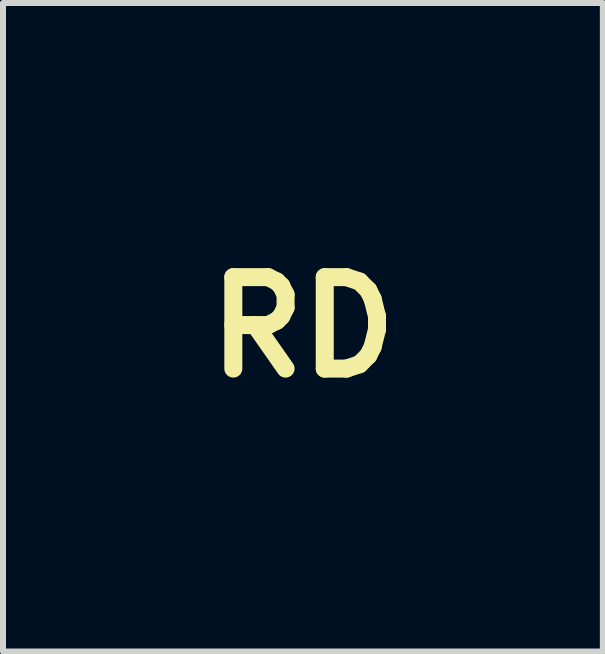
<source format=kicad_pcb>
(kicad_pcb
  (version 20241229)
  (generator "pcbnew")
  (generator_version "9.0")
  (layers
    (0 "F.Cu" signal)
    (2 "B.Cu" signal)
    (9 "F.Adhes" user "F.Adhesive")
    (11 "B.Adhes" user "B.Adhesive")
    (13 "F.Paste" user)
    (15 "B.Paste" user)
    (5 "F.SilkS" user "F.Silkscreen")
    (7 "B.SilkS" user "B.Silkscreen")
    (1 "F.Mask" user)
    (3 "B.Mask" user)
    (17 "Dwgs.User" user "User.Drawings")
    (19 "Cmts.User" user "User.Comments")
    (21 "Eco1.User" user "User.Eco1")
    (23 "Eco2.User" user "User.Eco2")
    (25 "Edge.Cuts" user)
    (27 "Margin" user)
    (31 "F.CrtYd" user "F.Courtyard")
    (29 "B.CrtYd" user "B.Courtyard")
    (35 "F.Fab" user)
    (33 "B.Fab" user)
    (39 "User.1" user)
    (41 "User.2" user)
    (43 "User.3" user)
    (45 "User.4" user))
  (footprint "RD"
    (layer "F.Cu")
    (at 2 2.404)
    (property "Reference" "RD" (at 0 0 0) (layer "F.SilkS") (effects (font (size 1.524 1.524) (thickness 0.3))))
    (attr board_only exclude_from_pos_files exclude_from_bom)
    (fp_poly (pts (xy 0.044 0.583) (xy 0.046 0.586) (xy 0.048 0.59) (xy 0.048 0.593) (xy 0.048 0.597) (xy 0.05 0.603) (xy 0.051 0.61) (xy 0.053 0.617) (xy 0.056 0.623) (xy 0.058 0.629) (xy 0.059 0.63) (xy 0.062 0.636) (xy 0.066 0.642) (xy 0.069 0.645) (xy 0.077 0.652) (xy 0.087 0.659) (xy 0.099 0.666) (xy 0.113 0.673) (xy 0.124 0.678) (xy 0.129 0.68) (xy 0.132 0.682) (xy 0.134 0.683) (xy 0.134 0.684) (xy 0.134 0.687) (xy 0.133 0.688) (xy 0.132 0.689) (xy 0.128 0.689) (xy 0.123 0.69) (xy 0.116 0.691) (xy 0.108 0.692) (xy 0.1 0.693) (xy 0.091 0.694) (xy 0.082 0.695) (xy 0.073 0.696) (xy 0.065 0.697) (xy 0.058 0.698) (xy 0.052 0.699) (xy 0.048 0.699) (xy 0.046 0.699) (xy 0.041 0.699) (xy 0.036 0.698) (xy 0.035 0.697) (xy 0.026 0.694) (xy 0.019 0.688) (xy 0.013 0.682) (xy 0.009 0.675) (xy 0.007 0.667) (xy 0.006 0.661) (xy 0.007 0.658) (xy 0.008 0.654) (xy 0.01 0.648) (xy 0.013 0.641) (xy 0.016 0.633) (xy 0.019 0.625) (xy 0.022 0.616) (xy 0.025 0.608) (xy 0.029 0.6) (xy 0.031 0.594) (xy 0.034 0.588) (xy 0.036 0.584) (xy 0.037 0.582) (xy 0.037 0.582) (xy 0.041 0.581)) (stroke (width 0) (type solid)) (fill yes) (layer "F.Mask"))
    (fp_poly (pts (xy -0.429 -2.028) (xy -0.428 -2.026) (xy -0.429 -2.025) (xy -0.432 -2.022) (xy -0.435 -2.018) (xy -0.44 -2.013) (xy -0.446 -2.007) (xy -0.452 -2.001) (xy -0.476 -1.977) (xy -0.498 -1.954) (xy -0.518 -1.933) (xy -0.537 -1.913) (xy -0.554 -1.895) (xy -0.569 -1.878) (xy -0.577 -1.868) (xy -0.581 -1.863) (xy -0.585 -1.857) (xy -0.591 -1.85) (xy -0.597 -1.842) (xy -0.603 -1.833) (xy -0.609 -1.824) (xy -0.611 -1.822) (xy -0.622 -1.807) (xy -0.631 -1.793) (xy -0.64 -1.781) (xy -0.649 -1.769) (xy -0.658 -1.758) (xy -0.667 -1.746) (xy -0.676 -1.735) (xy -0.679 -1.731) (xy -0.696 -1.71) (xy -0.711 -1.691) (xy -0.725 -1.674) (xy -0.737 -1.657) (xy -0.748 -1.641) (xy -0.753 -1.634) (xy -0.756 -1.629) (xy -0.759 -1.622) (xy -0.764 -1.614) (xy -0.77 -1.603) (xy -0.776 -1.591) (xy -0.783 -1.578) (xy -0.79 -1.564) (xy -0.797 -1.549) (xy -0.805 -1.534) (xy -0.813 -1.518) (xy -0.821 -1.501) (xy -0.829 -1.485) (xy -0.836 -1.469) (xy -0.844 -1.453) (xy -0.851 -1.438) (xy -0.854 -1.431) (xy -0.865 -1.406) (xy -0.877 -1.38) (xy -0.889 -1.352) (xy -0.901 -1.323) (xy -0.913 -1.294) (xy -0.925 -1.265) (xy -0.931 -1.251) (xy -0.934 -1.243) (xy -0.937 -1.235) (xy -0.94 -1.228) (xy -0.942 -1.223) (xy -0.944 -1.219) (xy -0.945 -1.218) (xy -0.948 -1.215) (xy -0.951 -1.215) (xy -0.955 -1.216) (xy -0.957 -1.218) (xy -0.957 -1.219) (xy -0.958 -1.22) (xy -0.958 -1.221) (xy -0.958 -1.223) (xy -0.957 -1.226) (xy -0.956 -1.23) (xy -0.955 -1.236) (xy -0.953 -1.243) (xy -0.951 -1.252) (xy -0.949 -1.263) (xy -0.947 -1.27) (xy -0.941 -1.292) (xy -0.936 -1.311) (xy -0.931 -1.329) (xy -0.927 -1.346) (xy -0.922 -1.361) (xy -0.918 -1.377) (xy -0.913 -1.392) (xy -0.907 -1.408) (xy -0.902 -1.425) (xy -0.895 -1.443) (xy -0.895 -1.444) (xy -0.887 -1.465) (xy -0.879 -1.487) (xy -0.871 -1.508) (xy -0.863 -1.53) (xy -0.855 -1.551) (xy -0.847 -1.572) (xy -0.839 -1.592) (xy -0.832 -1.611) (xy -0.824 -1.629) (xy -0.817 -1.646) (xy -0.81 -1.662) (xy -0.804 -1.676) (xy -0.798 -1.689) (xy -0.793 -1.7) (xy -0.789 -1.709) (xy -0.785 -1.716) (xy -0.784 -1.718) (xy -0.78 -1.724) (xy -0.774 -1.732) (xy -0.768 -1.739) (xy -0.76 -1.748) (xy -0.751 -1.758) (xy -0.741 -1.769) (xy -0.731 -1.779) (xy -0.71 -1.799) (xy -0.688 -1.82) (xy -0.664 -1.842) (xy -0.639 -1.865) (xy -0.612 -1.888) (xy -0.585 -1.911) (xy -0.558 -1.933) (xy -0.53 -1.955) (xy -0.503 -1.977) (xy -0.476 -1.997) (xy -0.472 -2.001) (xy -0.464 -2.006) (xy -0.457 -2.012) (xy -0.45 -2.017) (xy -0.445 -2.021) (xy -0.441 -2.024) (xy -0.438 -2.026) (xy -0.437 -2.026) (xy -0.433 -2.028) (xy -0.43 -2.029)) (stroke (width 0) (type solid)) (fill yes) (layer "F.Mask"))
    (fp_poly (pts (xy -1.232 -0.941) (xy -1.23 -0.94) (xy -1.228 -0.938) (xy -1.224 -0.934) (xy -1.22 -0.927) (xy -1.214 -0.918) (xy -1.208 -0.907) (xy -1.2 -0.894) (xy -1.191 -0.878) (xy -1.182 -0.861) (xy -1.171 -0.841) (xy -1.159 -0.819) (xy -1.146 -0.795) (xy -1.137 -0.777) (xy -1.131 -0.765) (xy -1.125 -0.753) (xy -1.119 -0.742) (xy -1.114 -0.732) (xy -1.109 -0.723) (xy -1.105 -0.716) (xy -1.102 -0.71) (xy -1.099 -0.705) (xy -1.098 -0.703) (xy -1.098 -0.703) (xy -1.097 -0.702) (xy -1.094 -0.699) (xy -1.09 -0.694) (xy -1.083 -0.688) (xy -1.076 -0.681) (xy -1.067 -0.672) (xy -1.057 -0.662) (xy -1.045 -0.65) (xy -1.032 -0.638) (xy -1.018 -0.624) (xy -1.003 -0.609) (xy -0.987 -0.594) (xy -0.97 -0.577) (xy -0.952 -0.559) (xy -0.933 -0.541) (xy -0.913 -0.522) (xy -0.893 -0.502) (xy -0.872 -0.482) (xy -0.851 -0.461) (xy -0.829 -0.44) (xy -0.806 -0.418) (xy -0.784 -0.396) (xy -0.761 -0.374) (xy -0.738 -0.352) (xy -0.714 -0.329) (xy -0.691 -0.307) (xy -0.668 -0.284) (xy -0.644 -0.261) (xy -0.621 -0.239) (xy -0.598 -0.217) (xy -0.575 -0.195) (xy -0.553 -0.173) (xy -0.531 -0.152) (xy -0.509 -0.131) (xy -0.488 -0.111) (xy -0.468 -0.091) (xy -0.448 -0.072) (xy -0.429 -0.054) (xy -0.411 -0.036) (xy -0.394 -0.02) (xy -0.378 -0.004) (xy -0.362 0.011) (xy -0.348 0.024) (xy -0.335 0.037) (xy -0.323 0.048) (xy -0.312 0.058) (xy -0.303 0.067) (xy -0.295 0.075) (xy -0.289 0.081) (xy -0.284 0.085) (xy -0.281 0.088) (xy -0.28 0.089) (xy -0.272 0.094) (xy -0.263 0.1) (xy -0.253 0.105) (xy -0.243 0.11) (xy -0.234 0.113) (xy -0.23 0.115) (xy -0.22 0.118) (xy -0.21 0.119) (xy -0.2 0.119) (xy -0.192 0.118) (xy -0.192 0.118) (xy -0.182 0.114) (xy -0.172 0.107) (xy -0.161 0.099) (xy -0.149 0.088) (xy -0.137 0.074) (xy -0.124 0.058) (xy -0.118 0.05) (xy -0.112 0.044) (xy -0.108 0.039) (xy -0.105 0.035) (xy -0.102 0.034) (xy -0.1 0.033) (xy -0.098 0.034) (xy -0.095 0.035) (xy -0.094 0.036) (xy -0.093 0.038) (xy -0.092 0.041) (xy -0.092 0.045) (xy -0.093 0.053) (xy -0.094 0.064) (xy -0.096 0.075) (xy -0.099 0.087) (xy -0.102 0.099) (xy -0.105 0.111) (xy -0.109 0.121) (xy -0.11 0.123) (xy -0.118 0.141) (xy -0.129 0.157) (xy -0.141 0.172) (xy -0.155 0.186) (xy -0.17 0.197) (xy -0.185 0.206) (xy -0.195 0.211) (xy -0.205 0.213) (xy -0.213 0.214) (xy -0.22 0.213) (xy -0.232 0.21) (xy -0.244 0.205) (xy -0.256 0.198) (xy -0.256 0.198) (xy -0.259 0.196) (xy -0.263 0.192) (xy -0.268 0.187) (xy -0.275 0.181) (xy -0.284 0.173) (xy -0.294 0.163) (xy -0.306 0.151) (xy -0.32 0.138) (xy -0.335 0.123) (xy -0.352 0.107) (xy -0.371 0.088) (xy -0.376 0.083) (xy -0.39 0.07) (xy -0.403 0.057) (xy -0.416 0.044) (xy -0.428 0.032) (xy -0.439 0.021) (xy -0.449 0.011) (xy -0.459 0.002) (xy -0.467 -0.006) (xy -0.474 -0.013) (xy -0.479 -0.018) (xy -0.484 -0.022) (xy -0.486 -0.025) (xy -0.487 -0.026) (xy -0.487 -0.026) (xy -0.488 -0.025) (xy -0.488 -0.022) (xy -0.489 -0.017) (xy -0.489 -0.015) (xy -0.492 0.002) (xy -0.496 0.02) (xy -0.502 0.039) (xy -0.508 0.058) (xy -0.516 0.077) (xy -0.524 0.096) (xy -0.533 0.115) (xy -0.54 0.128) (xy -0.546 0.138) (xy -0.553 0.149) (xy -0.561 0.162) (xy -0.57 0.175) (xy -0.58 0.189) (xy -0.591 0.204) (xy -0.601 0.219) (xy -0.612 0.233) (xy -0.622 0.246) (xy -0.631 0.258) (xy -0.639 0.268) (xy -0.647 0.269) (xy -0.654 0.269) (xy -0.662 0.269) (xy -0.671 0.269) (xy -0.682 0.269) (xy -0.692 0.269) (xy -0.701 0.268) (xy -0.709 0.268) (xy -0.717 0.267) (xy -0.725 0.266) (xy -0.73 0.265) (xy -0.745 0.262) (xy -0.762 0.258) (xy -0.78 0.253) (xy -0.799 0.247) (xy -0.819 0.24) (xy -0.839 0.232) (xy -0.859 0.223) (xy -0.879 0.214) (xy -0.884 0.212) (xy -0.905 0.201) (xy -0.924 0.191) (xy -0.941 0.181) (xy -0.957 0.17) (xy -0.972 0.159) (xy -0.987 0.147) (xy -1.001 0.133) (xy -1.012 0.123) (xy -1.032 0.102) (xy -1.051 0.08) (xy -1.069 0.057) (xy -1.086 0.032) (xy -1.103 0.005) (xy -1.12 -0.023) (xy -1.136 -0.054) (xy -1.14 -0.061) (xy -1.142 -0.065) (xy -0.652 -0.065) (xy -0.652 -0.056) (xy -0.649 -0.046) (xy -0.646 -0.036) (xy -0.641 -0.027) (xy -0.636 -0.019) (xy -0.632 -0.013) (xy -0.622 -0.004) (xy -0.612 0.002) (xy -0.601 0.006) (xy -0.59 0.007) (xy -0.587 0.007) (xy -0.581 0.006) (xy -0.577 0.006) (xy -0.572 0.004) (xy -0.567 0.001) (xy -0.567 0.001) (xy -0.557 -0.005) (xy -0.548 -0.012) (xy -0.541 -0.021) (xy -0.54 -0.023) (xy -0.537 -0.029) (xy -0.534 -0.036) (xy -0.532 -0.044) (xy -0.529 -0.053) (xy -0.529 -0.056) (xy -0.527 -0.065) (xy -0.56 -0.098) (xy -0.568 -0.105) (xy -0.576 -0.113) (xy -0.583 -0.119) (xy -0.589 -0.125) (xy -0.594 -0.13) (xy -0.598 -0.134) (xy -0.601 -0.137) (xy -0.601 -0.137) (xy -0.608 -0.143) (xy -0.618 -0.133) (xy -0.628 -0.123) (xy -0.636 -0.113) (xy -0.642 -0.103) (xy -0.644 -0.098) (xy -0.647 -0.09) (xy -0.65 -0.082) (xy -0.652 -0.073) (xy -0.652 -0.065) (xy -0.652 -0.065) (xy -1.142 -0.065) (xy -1.16 -0.103) (xy -1.179 -0.146) (xy -1.195 -0.187) (xy -1.21 -0.228) (xy -1.222 -0.269) (xy -1.231 -0.304) (xy -0.895 -0.304) (xy -0.894 -0.299) (xy -0.894 -0.287) (xy -0.893 -0.276) (xy -0.891 -0.266) (xy -0.888 -0.256) (xy -0.885 -0.246) (xy -0.88 -0.233) (xy -0.874 -0.22) (xy -0.866 -0.207) (xy -0.859 -0.195) (xy -0.85 -0.185) (xy -0.842 -0.176) (xy -0.834 -0.169) (xy -0.831 -0.167) (xy -0.818 -0.16) (xy -0.804 -0.154) (xy -0.79 -0.149) (xy -0.776 -0.146) (xy -0.775 -0.145) (xy -0.767 -0.145) (xy -0.759 -0.144) (xy -0.749 -0.144) (xy -0.741 -0.145) (xy -0.735 -0.146) (xy -0.722 -0.15) (xy -0.71 -0.156) (xy -0.699 -0.164) (xy -0.69 -0.173) (xy -0.683 -0.185) (xy -0.679 -0.193) (xy -0.677 -0.197) (xy -0.676 -0.201) (xy -0.675 -0.203) (xy -0.675 -0.204) (xy -0.675 -0.205) (xy -0.676 -0.206) (xy -0.677 -0.207) (xy -0.679 -0.21) (xy -0.682 -0.212) (xy -0.685 -0.216) (xy -0.689 -0.22) (xy -0.694 -0.225) (xy -0.701 -0.232) (xy -0.708 -0.239) (xy -0.717 -0.248) (xy -0.727 -0.257) (xy -0.738 -0.269) (xy -0.751 -0.281) (xy -0.766 -0.296) (xy -0.772 -0.302) (xy -0.785 -0.314) (xy -0.797 -0.326) (xy -0.809 -0.338) (xy -0.82 -0.349) (xy -0.831 -0.359) (xy -0.84 -0.368) (xy -0.848 -0.376) (xy -0.855 -0.383) (xy -0.861 -0.389) (xy -0.866 -0.393) (xy -0.869 -0.396) (xy -0.87 -0.397) (xy -0.87 -0.397) (xy -0.871 -0.396) (xy -0.873 -0.393) (xy -0.875 -0.389) (xy -0.877 -0.383) (xy -0.88 -0.377) (xy -0.883 -0.371) (xy -0.885 -0.365) (xy -0.886 -0.362) (xy -0.89 -0.348) (xy -0.893 -0.333) (xy -0.894 -0.319) (xy -0.895 -0.304) (xy -1.231 -0.304) (xy -1.232 -0.308) (xy -1.241 -0.347) (xy -1.245 -0.377) (xy -1.248 -0.393) (xy -1.249 -0.408) (xy -1.25 -0.423) (xy -1.251 -0.437) (xy -1.251 -0.451) (xy -1.251 -0.46) (xy -1.251 -0.467) (xy -1.251 -0.471) (xy -1.251 -0.475) (xy -1.252 -0.477) (xy -1.252 -0.478) (xy -1.253 -0.479) (xy -1.253 -0.48) (xy -1.255 -0.481) (xy -1.258 -0.483) (xy -1.263 -0.486) (xy -1.27 -0.491) (xy -1.278 -0.496) (xy -1.288 -0.502) (xy -1.299 -0.509) (xy -1.31 -0.516) (xy -1.323 -0.524) (xy -1.336 -0.533) (xy -1.35 -0.542) (xy -1.35 -0.542) (xy -1.364 -0.55) (xy -1.377 -0.559) (xy -1.39 -0.567) (xy -1.402 -0.574) (xy -1.413 -0.581) (xy -1.422 -0.587) (xy -1.43 -0.592) (xy -1.437 -0.597) (xy -1.442 -0.6) (xy -1.446 -0.602) (xy -1.447 -0.603) (xy -1.447 -0.603) (xy -1.451 -0.608) (xy -1.453 -0.614) (xy -1.453 -0.619) (xy -1.451 -0.623) (xy -1.446 -0.627) (xy -1.44 -0.63) (xy -1.432 -0.632) (xy -1.424 -0.633) (xy -1.416 -0.632) (xy -1.415 -0.632) (xy -1.412 -0.63) (xy -1.407 -0.628) (xy -1.4 -0.625) (xy -1.392 -0.622) (xy -1.382 -0.617) (xy -1.372 -0.612) (xy -1.361 -0.606) (xy -1.349 -0.601) (xy -1.338 -0.595) (xy -1.326 -0.589) (xy -1.314 -0.583) (xy -1.304 -0.577) (xy -1.294 -0.571) (xy -1.284 -0.566) (xy -1.277 -0.562) (xy -1.274 -0.56) (xy -1.264 -0.554) (xy -1.256 -0.55) (xy -1.25 -0.546) (xy -1.245 -0.544) (xy -1.241 -0.542) (xy -1.238 -0.542) (xy -1.235 -0.542) (xy -1.233 -0.542) (xy -1.231 -0.543) (xy -1.228 -0.546) (xy -1.224 -0.55) (xy -1.22 -0.555) (xy -1.216 -0.56) (xy -1.215 -0.563) (xy -1.212 -0.569) (xy -1.211 -0.575) (xy -1.213 -0.581) (xy -1.214 -0.582) (xy -1.216 -0.585) (xy -1.22 -0.59) (xy -1.225 -0.596) (xy -1.232 -0.603) (xy -1.239 -0.611) (xy -1.247 -0.62) (xy -1.255 -0.63) (xy -1.262 -0.638) (xy -1.281 -0.659) (xy -1.299 -0.679) (xy -1.315 -0.696) (xy -1.329 -0.713) (xy -1.343 -0.727) (xy -1.354 -0.741) (xy -1.365 -0.752) (xy -1.374 -0.763) (xy -1.382 -0.772) (xy -1.388 -0.78) (xy -1.394 -0.787) (xy -1.399 -0.792) (xy -1.402 -0.797) (xy -1.405 -0.801) (xy -1.407 -0.804) (xy -1.408 -0.806) (xy -1.41 -0.811) (xy -1.41 -0.818) (xy -1.41 -0.825) (xy -1.409 -0.829) (xy -1.405 -0.836) (xy -1.4 -0.841) (xy -1.395 -0.845) (xy -1.388 -0.846) (xy -1.382 -0.846) (xy -1.377 -0.844) (xy -1.376 -0.843) (xy -1.372 -0.84) (xy -1.368 -0.836) (xy -1.362 -0.831) (xy -1.355 -0.824) (xy -1.347 -0.817) (xy -1.339 -0.809) (xy -1.33 -0.8) (xy -1.327 -0.798) (xy -1.317 -0.788) (xy -1.307 -0.778) (xy -1.298 -0.769) (xy -1.289 -0.76) (xy -1.281 -0.752) (xy -1.272 -0.743) (xy -1.262 -0.733) (xy -1.252 -0.723) (xy -1.241 -0.711) (xy -1.23 -0.699) (xy -1.216 -0.685) (xy -1.207 -0.675) (xy -1.2 -0.668) (xy -1.193 -0.662) (xy -1.188 -0.656) (xy -1.184 -0.652) (xy -1.181 -0.65) (xy -1.18 -0.65) (xy -1.173 -0.647) (xy -1.167 -0.647) (xy -1.161 -0.649) (xy -1.157 -0.653) (xy -1.156 -0.654) (xy -1.155 -0.657) (xy -1.155 -0.659) (xy -1.155 -0.663) (xy -1.155 -0.664) (xy -1.156 -0.666) (xy -1.158 -0.67) (xy -1.16 -0.676) (xy -1.164 -0.684) (xy -1.167 -0.693) (xy -1.172 -0.703) (xy -1.177 -0.715) (xy -1.182 -0.726) (xy -1.188 -0.739) (xy -1.188 -0.739) (xy -1.196 -0.757) (xy -1.202 -0.772) (xy -1.209 -0.786) (xy -1.214 -0.798) (xy -1.219 -0.809) (xy -1.223 -0.818) (xy -1.227 -0.827) (xy -1.23 -0.835) (xy -1.233 -0.843) (xy -1.237 -0.851) (xy -1.24 -0.859) (xy -1.243 -0.867) (xy -1.245 -0.871) (xy -1.255 -0.897) (xy -1.255 -0.911) (xy -1.255 -0.919) (xy -1.255 -0.925) (xy -1.254 -0.93) (xy -1.252 -0.933) (xy -1.25 -0.937) (xy -1.248 -0.938) (xy -1.243 -0.942) (xy -1.238 -0.943)) (stroke (width 0) (type solid)) (fill yes) (layer "F.Mask"))
    (fp_poly (pts (xy -0.161 -2.403) (xy -0.128 -2.401) (xy -0.111 -2.399) (xy -0.1 -2.398) (xy -0.087 -2.397) (xy -0.075 -2.395) (xy -0.064 -2.393) (xy -0.053 -2.391) (xy -0.043 -2.389) (xy -0.034 -2.387) (xy -0.027 -2.386) (xy -0.022 -2.384) (xy -0.019 -2.383) (xy -0.013 -2.378) (xy -0.007 -2.371) (xy -0.002 -2.361) (xy 0.003 -2.35) (xy 0.008 -2.337) (xy 0.012 -2.321) (xy 0.015 -2.303) (xy 0.018 -2.282) (xy 0.02 -2.273) (xy 0.021 -2.256) (xy 0.023 -2.238) (xy 0.025 -2.218) (xy 0.027 -2.197) (xy 0.028 -2.176) (xy 0.03 -2.154) (xy 0.031 -2.132) (xy 0.032 -2.11) (xy 0.032 -2.104) (xy 0.033 -2.089) (xy 0.033 -2.074) (xy 0.033 -2.059) (xy 0.033 -2.044) (xy 0.032 -2.029) (xy 0.031 -2.013) (xy 0.03 -1.996) (xy 0.029 -1.978) (xy 0.027 -1.958) (xy 0.025 -1.936) (xy 0.024 -1.925) (xy 0.023 -1.918) (xy 0.023 -1.912) (xy 0.022 -1.907) (xy 0.022 -1.904) (xy 0.022 -1.903) (xy 0.024 -1.903) (xy 0.027 -1.902) (xy 0.032 -1.901) (xy 0.039 -1.899) (xy 0.048 -1.896) (xy 0.057 -1.894) (xy 0.068 -1.891) (xy 0.076 -1.889) (xy 0.121 -1.877) (xy 0.164 -1.866) (xy 0.205 -1.855) (xy 0.245 -1.844) (xy 0.283 -1.833) (xy 0.319 -1.822) (xy 0.355 -1.81) (xy 0.39 -1.799) (xy 0.424 -1.788) (xy 0.458 -1.776) (xy 0.492 -1.764) (xy 0.526 -1.751) (xy 0.537 -1.747) (xy 0.604 -1.721) (xy 0.669 -1.694) (xy 0.732 -1.666) (xy 0.793 -1.636) (xy 0.853 -1.606) (xy 0.911 -1.574) (xy 0.966 -1.542) (xy 1.02 -1.509) (xy 1.071 -1.475) (xy 1.12 -1.44) (xy 1.167 -1.404) (xy 1.197 -1.379) (xy 1.236 -1.345) (xy 1.276 -1.309) (xy 1.315 -1.271) (xy 1.355 -1.23) (xy 1.394 -1.188) (xy 1.433 -1.144) (xy 1.471 -1.099) (xy 1.508 -1.053) (xy 1.545 -1.005) (xy 1.581 -0.957) (xy 1.615 -0.908) (xy 1.649 -0.858) (xy 1.681 -0.807) (xy 1.699 -0.777) (xy 1.728 -0.727) (xy 1.756 -0.675) (xy 1.783 -0.621) (xy 1.81 -0.566) (xy 1.835 -0.509) (xy 1.858 -0.452) (xy 1.872 -0.418) (xy 1.895 -0.354) (xy 1.917 -0.29) (xy 1.936 -0.227) (xy 1.954 -0.163) (xy 1.969 -0.1) (xy 1.981 -0.042) (xy 1.983 -0.032) (xy 1.985 -0.022) (xy 1.987 -0.011) (xy 1.989 0.001) (xy 1.991 0.012) (xy 1.993 0.023) (xy 1.995 0.033) (xy 1.996 0.042) (xy 1.997 0.05) (xy 1.998 0.056) (xy 1.999 0.061) (xy 1.999 0.064) (xy 1.999 0.064) (xy 1.998 0.063) (xy 1.996 0.061) (xy 1.993 0.056) (xy 1.989 0.05) (xy 1.984 0.042) (xy 1.978 0.033) (xy 1.971 0.023) (xy 1.964 0.011) (xy 1.956 -0.002) (xy 1.948 -0.016) (xy 1.939 -0.03) (xy 1.929 -0.045) (xy 1.92 -0.061) (xy 1.91 -0.077) (xy 1.9 -0.094) (xy 1.89 -0.11) (xy 1.889 -0.113) (xy 1.874 -0.136) (xy 1.861 -0.158) (xy 1.848 -0.179) (xy 1.836 -0.199) (xy 1.824 -0.218) (xy 1.811 -0.236) (xy 1.799 -0.255) (xy 1.786 -0.273) (xy 1.773 -0.292) (xy 1.759 -0.312) (xy 1.744 -0.333) (xy 1.728 -0.355) (xy 1.711 -0.378) (xy 1.706 -0.384) (xy 1.699 -0.395) (xy 1.69 -0.406) (xy 1.682 -0.418) (xy 1.673 -0.43) (xy 1.665 -0.441) (xy 1.658 -0.451) (xy 1.654 -0.457) (xy 1.64 -0.476) (xy 1.628 -0.493) (xy 1.617 -0.509) (xy 1.608 -0.522) (xy 1.599 -0.534) (xy 1.592 -0.543) (xy 1.589 -0.548) (xy 1.585 -0.552) (xy 1.581 -0.557) (xy 1.575 -0.563) (xy 1.569 -0.57) (xy 1.562 -0.577) (xy 1.555 -0.584) (xy 1.548 -0.591) (xy 1.542 -0.598) (xy 1.535 -0.604) (xy 1.53 -0.609) (xy 1.526 -0.612) (xy 1.524 -0.614) (xy 1.52 -0.617) (xy 1.525 -0.607) (xy 1.53 -0.594) (xy 1.535 -0.579) (xy 1.541 -0.563) (xy 1.547 -0.545) (xy 1.553 -0.525) (xy 1.559 -0.504) (xy 1.565 -0.482) (xy 1.572 -0.459) (xy 1.578 -0.435) (xy 1.584 -0.411) (xy 1.591 -0.387) (xy 1.596 -0.363) (xy 1.602 -0.34) (xy 1.604 -0.332) (xy 1.618 -0.265) (xy 1.63 -0.2) (xy 1.64 -0.136) (xy 1.648 -0.072) (xy 1.655 -0.009) (xy 1.66 0.054) (xy 1.662 0.082) (xy 1.663 0.103) (xy 1.663 0.125) (xy 1.663 0.149) (xy 1.663 0.174) (xy 1.663 0.199) (xy 1.662 0.224) (xy 1.661 0.248) (xy 1.66 0.271) (xy 1.659 0.292) (xy 1.658 0.297) (xy 1.653 0.345) (xy 1.646 0.396) (xy 1.637 0.447) (xy 1.626 0.499) (xy 1.613 0.553) (xy 1.599 0.607) (xy 1.582 0.662) (xy 1.564 0.718) (xy 1.543 0.775) (xy 1.521 0.832) (xy 1.497 0.89) (xy 1.474 0.942) (xy 1.471 0.95) (xy 1.467 0.958) (xy 1.463 0.968) (xy 1.458 0.977) (xy 1.453 0.987) (xy 1.449 0.997) (xy 1.444 1.006) (xy 1.44 1.015) (xy 1.436 1.023) (xy 1.433 1.03) (xy 1.43 1.035) (xy 1.428 1.039) (xy 1.427 1.042) (xy 1.427 1.042) (xy 1.427 1.041) (xy 1.427 1.037) (xy 1.428 1.033) (xy 1.428 1.028) (xy 1.43 1.013) (xy 1.432 0.995) (xy 1.433 0.977) (xy 1.435 0.956) (xy 1.436 0.935) (xy 1.438 0.913) (xy 1.439 0.89) (xy 1.439 0.886) (xy 1.439 0.877) (xy 1.439 0.867) (xy 1.44 0.855) (xy 1.44 0.842) (xy 1.44 0.828) (xy 1.44 0.814) (xy 1.44 0.799) (xy 1.44 0.784) (xy 1.439 0.77) (xy 1.439 0.756) (xy 1.439 0.743) (xy 1.439 0.731) (xy 1.439 0.721) (xy 1.438 0.713) (xy 1.438 0.706) (xy 1.438 0.705) (xy 1.437 0.692) (xy 1.435 0.68) (xy 1.434 0.668) (xy 1.432 0.655) (xy 1.431 0.641) (xy 1.429 0.626) (xy 1.426 0.61) (xy 1.424 0.591) (xy 1.422 0.579) (xy 1.42 0.564) (xy 1.418 0.552) (xy 1.417 0.54) (xy 1.415 0.53) (xy 1.414 0.521) (xy 1.413 0.513) (xy 1.412 0.504) (xy 1.411 0.496) (xy 1.41 0.487) (xy 1.409 0.478) (xy 1.407 0.468) (xy 1.406 0.456) (xy 1.404 0.443) (xy 1.403 0.428) (xy 1.401 0.415) (xy 1.399 0.391) (xy 1.396 0.37) (xy 1.394 0.35) (xy 1.392 0.333) (xy 1.39 0.317) (xy 1.388 0.302) (xy 1.386 0.289) (xy 1.384 0.277) (xy 1.383 0.266) (xy 1.381 0.256) (xy 1.379 0.246) (xy 1.378 0.237) (xy 1.376 0.228) (xy 1.375 0.226) (xy 1.373 0.214) (xy 1.37 0.203) (xy 1.368 0.193) (xy 1.365 0.185) (xy 1.363 0.18) (xy 1.363 0.179) (xy 1.362 0.178) (xy 1.362 0.177) (xy 1.362 0.178) (xy 1.361 0.181) (xy 1.361 0.186) (xy 1.361 0.19) (xy 1.361 0.212) (xy 1.358 0.235) (xy 1.355 0.26) (xy 1.35 0.286) (xy 1.344 0.313) (xy 1.338 0.34) (xy 1.33 0.368) (xy 1.321 0.396) (xy 1.312 0.424) (xy 1.301 0.452) (xy 1.29 0.479) (xy 1.281 0.5) (xy 1.276 0.51) (xy 1.271 0.519) (xy 1.267 0.528) (xy 1.262 0.538) (xy 1.257 0.547) (xy 1.251 0.557) (xy 1.245 0.567) (xy 1.238 0.579) (xy 1.23 0.591) (xy 1.221 0.605) (xy 1.211 0.62) (xy 1.2 0.637) (xy 1.199 0.639) (xy 1.188 0.655) (xy 1.178 0.67) (xy 1.17 0.684) (xy 1.162 0.696) (xy 1.155 0.707) (xy 1.149 0.717) (xy 1.144 0.726) (xy 1.139 0.735) (xy 1.134 0.744) (xy 1.133 0.747) (xy 1.123 0.768) (xy 1.114 0.788) (xy 1.107 0.807) (xy 1.102 0.825) (xy 1.097 0.844) (xy 1.093 0.864) (xy 1.093 0.864) (xy 1.088 0.898) (xy 1.083 0.934) (xy 1.079 0.971) (xy 1.075 1.01) (xy 1.072 1.049) (xy 1.069 1.089) (xy 1.069 1.09) (xy 1.068 1.1) (xy 1.068 1.111) (xy 1.067 1.125) (xy 1.067 1.139) (xy 1.067 1.155) (xy 1.067 1.172) (xy 1.067 1.189) (xy 1.066 1.206) (xy 1.066 1.223) (xy 1.067 1.24) (xy 1.067 1.256) (xy 1.067 1.271) (xy 1.067 1.284) (xy 1.067 1.296) (xy 1.068 1.306) (xy 1.068 1.31) (xy 1.071 1.35) (xy 1.074 1.387) (xy 1.078 1.423) (xy 1.083 1.458) (xy 1.088 1.491) (xy 1.093 1.522) (xy 1.099 1.554) (xy 1.1 1.558) (xy 1.102 1.566) (xy 1.104 1.575) (xy 1.107 1.584) (xy 1.109 1.593) (xy 1.111 1.601) (xy 1.113 1.607) (xy 1.114 1.612) (xy 1.115 1.613) (xy 1.114 1.613) (xy 1.112 1.612) (xy 1.109 1.609) (xy 1.104 1.604) (xy 1.098 1.599) (xy 1.092 1.592) (xy 1.084 1.584) (xy 1.076 1.576) (xy 1.068 1.567) (xy 1.059 1.558) (xy 1.049 1.548) (xy 1.04 1.538) (xy 1.031 1.528) (xy 1.022 1.518) (xy 1.017 1.513) (xy 0.969 1.459) (xy 0.921 1.403) (xy 0.875 1.347) (xy 0.831 1.291) (xy 0.802 1.254) (xy 0.763 1.199) (xy 0.725 1.146) (xy 0.69 1.092) (xy 0.656 1.039) (xy 0.625 0.987) (xy 0.596 0.935) (xy 0.569 0.884) (xy 0.544 0.834) (xy 0.522 0.784) (xy 0.515 0.766) (xy 0.508 0.749) (xy 0.5 0.73) (xy 0.492 0.71) (xy 0.483 0.687) (xy 0.475 0.664) (xy 0.466 0.64) (xy 0.457 0.615) (xy 0.448 0.589) (xy 0.439 0.564) (xy 0.43 0.539) (xy 0.421 0.515) (xy 0.413 0.491) (xy 0.406 0.469) (xy 0.4 0.45) (xy 0.397 0.442) (xy 0.395 0.436) (xy 0.393 0.43) (xy 0.391 0.426) (xy 0.39 0.423) (xy 0.39 0.423) (xy 0.389 0.424) (xy 0.388 0.427) (xy 0.386 0.432) (xy 0.383 0.437) (xy 0.382 0.44) (xy 0.379 0.447) (xy 0.377 0.452) (xy 0.375 0.455) (xy 0.373 0.458) (xy 0.371 0.46) (xy 0.369 0.461) (xy 0.363 0.466) (xy 0.363 0.497) (xy 0.362 0.507) (xy 0.362 0.517) (xy 0.362 0.527) (xy 0.362 0.537) (xy 0.362 0.544) (xy 0.362 0.547) (xy 0.362 0.566) (xy 0.376 0.58) (xy 0.391 0.595) (xy 0.404 0.609) (xy 0.416 0.623) (xy 0.426 0.636) (xy 0.434 0.648) (xy 0.44 0.659) (xy 0.445 0.669) (xy 0.446 0.671) (xy 0.447 0.676) (xy 0.448 0.681) (xy 0.448 0.686) (xy 0.447 0.687) (xy 0.444 0.709) (xy 0.438 0.732) (xy 0.43 0.753) (xy 0.42 0.775) (xy 0.408 0.796) (xy 0.394 0.817) (xy 0.378 0.837) (xy 0.36 0.856) (xy 0.344 0.87) (xy 0.327 0.884) (xy 0.31 0.897) (xy 0.292 0.909) (xy 0.274 0.921) (xy 0.253 0.932) (xy 0.231 0.943) (xy 0.225 0.947) (xy 0.186 0.964) (xy 0.145 0.98) (xy 0.103 0.994) (xy 0.06 1.007) (xy 0.015 1.017) (xy -0.03 1.025) (xy -0.06 1.029) (xy -0.073 1.031) (xy -0.085 1.032) (xy -0.096 1.033) (xy -0.106 1.034) (xy -0.117 1.035) (xy -0.128 1.035) (xy -0.141 1.035) (xy -0.155 1.036) (xy -0.168 1.036) (xy -0.191 1.035) (xy -0.213 1.035) (xy -0.234 1.034) (xy -0.255 1.033) (xy -0.276 1.031) (xy -0.299 1.029) (xy -0.323 1.027) (xy -0.333 1.026) (xy -0.377 1.02) (xy -0.419 1.014) (xy -0.46 1.007) (xy -0.5 0.998) (xy -0.539 0.989) (xy -0.578 0.978) (xy -0.617 0.967) (xy -0.657 0.953) (xy -0.697 0.938) (xy -0.738 0.922) (xy -0.78 0.904) (xy -0.799 0.896) (xy -0.806 0.892) (xy -0.792 0.912) (xy -0.754 0.968) (xy -0.717 1.026) (xy -0.681 1.086) (xy -0.647 1.147) (xy -0.615 1.21) (xy -0.584 1.274) (xy -0.555 1.339) (xy -0.528 1.405) (xy -0.503 1.471) (xy -0.483 1.528) (xy -0.469 1.571) (xy -0.457 1.613) (xy -0.445 1.653) (xy -0.436 1.691) (xy -0.428 1.728) (xy -0.421 1.762) (xy -0.416 1.795) (xy -0.413 1.826) (xy -0.411 1.851) (xy -0.411 1.858) (xy -0.411 1.865) (xy -0.411 1.871) (xy -0.411 1.875) (xy -0.411 1.877) (xy -0.412 1.882) (xy -0.415 1.875) (xy -0.419 1.867) (xy -0.424 1.857) (xy -0.43 1.845) (xy -0.437 1.833) (xy -0.444 1.819) (xy -0.452 1.805) (xy -0.46 1.79) (xy -0.468 1.775) (xy -0.476 1.76) (xy -0.484 1.746) (xy -0.491 1.732) (xy -0.498 1.72) (xy -0.499 1.718) (xy -0.512 1.696) (xy -0.525 1.675) (xy -0.536 1.656) (xy -0.547 1.638) (xy -0.558 1.62) (xy -0.57 1.604) (xy -0.581 1.587) (xy -0.593 1.57) (xy -0.606 1.553) (xy -0.62 1.534) (xy -0.626 1.526) (xy -0.637 1.513) (xy -0.645 1.501) (xy -0.653 1.491) (xy -0.659 1.483) (xy -0.665 1.475) (xy -0.67 1.468) (xy -0.674 1.462) (xy -0.677 1.457) (xy -0.679 1.453) (xy -0.682 1.449) (xy -0.684 1.445) (xy -0.686 1.443) (xy -0.687 1.442) (xy -0.686 1.444) (xy -0.686 1.448) (xy -0.685 1.454) (xy -0.684 1.462) (xy -0.682 1.473) (xy -0.68 1.485) (xy -0.677 1.498) (xy -0.674 1.514) (xy -0.671 1.531) (xy -0.668 1.549) (xy -0.664 1.568) (xy -0.66 1.589) (xy -0.656 1.611) (xy -0.651 1.634) (xy -0.648 1.651) (xy -0.638 1.702) (xy -0.627 1.754) (xy -0.617 1.807) (xy -0.606 1.859) (xy -0.595 1.911) (xy -0.584 1.962) (xy -0.578 1.99) (xy -0.573 2.012) (xy -0.569 2.031) (xy -0.566 2.049) (xy -0.562 2.066) (xy -0.56 2.082) (xy -0.557 2.098) (xy -0.555 2.114) (xy -0.553 2.13) (xy -0.551 2.147) (xy -0.55 2.159) (xy -0.548 2.178) (xy -0.546 2.198) (xy -0.545 2.22) (xy -0.543 2.242) (xy -0.542 2.264) (xy -0.541 2.286) (xy -0.54 2.307) (xy -0.54 2.327) (xy -0.54 2.347) (xy -0.54 2.364) (xy -0.54 2.38) (xy -0.54 2.385) (xy -0.541 2.405) (xy -0.562 2.391) (xy -0.603 2.365) (xy -0.645 2.337) (xy -0.688 2.308) (xy -0.732 2.277) (xy -0.776 2.245) (xy -0.82 2.213) (xy -0.865 2.179) (xy -0.909 2.145) (xy -0.952 2.111) (xy -0.995 2.077) (xy -1.036 2.042) (xy -1.077 2.008) (xy -1.082 2.004) (xy -1.131 1.961) (xy -1.179 1.918) (xy -1.225 1.874) (xy -1.27 1.831) (xy -1.314 1.787) (xy -1.356 1.744) (xy -1.395 1.701) (xy -1.433 1.658) (xy -1.446 1.643) (xy -1.479 1.604) (xy -1.511 1.564) (xy -1.543 1.523) (xy -1.574 1.481) (xy -1.604 1.439) (xy -1.633 1.398) (xy -1.66 1.357) (xy -1.663 1.351) (xy -1.698 1.295) (xy -1.731 1.238) (xy -1.763 1.179) (xy -1.793 1.119) (xy -1.822 1.06) (xy -1.846 1.006) (xy -1.856 0.981) (xy -1.867 0.955) (xy -1.877 0.929) (xy -1.887 0.902) (xy -1.897 0.875) (xy -1.906 0.849) (xy -1.915 0.824) (xy -1.922 0.8) (xy -1.929 0.777) (xy -1.93 0.774) (xy -1.94 0.739) (xy -1.949 0.703) (xy -1.957 0.666) (xy -1.964 0.627) (xy -1.971 0.587) (xy -1.977 0.545) (xy -1.982 0.501) (xy -1.985 0.472) (xy -1.878 0.472) (xy -1.878 0.501) (xy -1.876 0.542) (xy -1.872 0.582) (xy -1.866 0.621) (xy -1.858 0.661) (xy -1.847 0.7) (xy -1.847 0.701) (xy -1.843 0.714) (xy -1.839 0.729) (xy -1.833 0.746) (xy -1.827 0.764) (xy -1.82 0.784) (xy -1.813 0.805) (xy -1.806 0.826) (xy -1.798 0.849) (xy -1.789 0.872) (xy -1.781 0.895) (xy -1.773 0.918) (xy -1.764 0.941) (xy -1.756 0.963) (xy -1.747 0.985) (xy -1.739 1.006) (xy -1.732 1.026) (xy -1.724 1.044) (xy -1.717 1.06) (xy -1.711 1.075) (xy -1.709 1.081) (xy -1.688 1.129) (xy -1.666 1.175) (xy -1.644 1.218) (xy -1.622 1.26) (xy -1.599 1.3) (xy -1.575 1.339) (xy -1.551 1.376) (xy -1.526 1.413) (xy -1.499 1.448) (xy -1.472 1.482) (xy -1.443 1.516) (xy -1.419 1.544) (xy -1.41 1.553) (xy -1.401 1.563) (xy -1.389 1.575) (xy -1.377 1.588) (xy -1.364 1.602) (xy -1.349 1.617) (xy -1.335 1.632) (xy -1.319 1.647) (xy -1.304 1.663) (xy -1.288 1.679) (xy -1.273 1.694) (xy -1.258 1.709) (xy -1.243 1.724) (xy -1.229 1.738) (xy -1.216 1.75) (xy -1.204 1.762) (xy -1.193 1.772) (xy -1.188 1.777) (xy -1.18 1.784) (xy -1.171 1.793) (xy -1.162 1.801) (xy -1.152 1.81) (xy -1.142 1.819) (xy -1.132 1.829) (xy -1.122 1.838) (xy -1.111 1.847) (xy -1.102 1.856) (xy -1.092 1.864) (xy -1.084 1.872) (xy -1.076 1.879) (xy -1.069 1.885) (xy -1.063 1.89) (xy -1.058 1.894) (xy -1.055 1.896) (xy -1.054 1.897) (xy -1.054 1.897) (xy -1.054 1.896) (xy -1.055 1.893) (xy -1.056 1.888) (xy -1.058 1.882) (xy -1.06 1.875) (xy -1.061 1.871) (xy -1.075 1.826) (xy -1.09 1.78) (xy -1.107 1.735) (xy -1.124 1.69) (xy -1.143 1.645) (xy -1.162 1.602) (xy -1.182 1.561) (xy -1.196 1.533) (xy -1.213 1.502) (xy -1.23 1.472) (xy -1.248 1.442) (xy -1.266 1.413) (xy -1.285 1.383) (xy -1.304 1.354) (xy -1.325 1.324) (xy -1.347 1.294) (xy -1.37 1.262) (xy -1.396 1.229) (xy -1.401 1.222) (xy -1.419 1.2) (xy -1.435 1.179) (xy -1.451 1.16) (xy -1.465 1.142) (xy -1.479 1.125) (xy -1.493 1.108) (xy -1.506 1.092) (xy -1.52 1.077) (xy -1.534 1.061) (xy -1.548 1.045) (xy -1.563 1.029) (xy -1.579 1.011) (xy -1.594 0.996) (xy -1.607 0.982) (xy -1.618 0.97) (xy -1.628 0.959) (xy -1.637 0.949) (xy -1.645 0.94) (xy -1.652 0.932) (xy -1.659 0.924) (xy -1.665 0.916) (xy -1.671 0.908) (xy -1.678 0.901) (xy -1.684 0.892) (xy -1.687 0.888) (xy -1.715 0.849) (xy -1.741 0.807) (xy -1.765 0.765) (xy -1.788 0.72) (xy -1.81 0.674) (xy -1.829 0.626) (xy -1.847 0.576) (xy -1.863 0.526) (xy -1.87 0.503) (xy -1.878 0.472) (xy -1.985 0.472) (xy -1.987 0.456) (xy -1.991 0.408) (xy -1.994 0.358) (xy -1.997 0.306) (xy -1.998 0.283) (xy -1.998 0.27) (xy -1.998 0.255) (xy -1.999 0.238) (xy -1.999 0.219) (xy -1.999 0.199) (xy -2 0.179) (xy -2 0.159) (xy -2 0.138) (xy -2 0.117) (xy -2 0.098) (xy -2 0.079) (xy -1.999 0.062) (xy -1.999 0.046) (xy -1.999 0.041) (xy -1.997 -0.012) (xy -1.996 -0.063) (xy -1.993 -0.113) (xy -1.991 -0.16) (xy -1.988 -0.205) (xy -1.984 -0.249) (xy -1.98 -0.292) (xy -1.976 -0.334) (xy -1.971 -0.374) (xy -1.967 -0.399) (xy -1.731 -0.399) (xy -1.73 -0.394) (xy -1.73 -0.386) (xy -1.729 -0.381) (xy -1.724 -0.337) (xy -1.718 -0.292) (xy -1.711 -0.247) (xy -1.703 -0.202) (xy -1.694 -0.158) (xy -1.684 -0.114) (xy -1.673 -0.072) (xy -1.662 -0.031) (xy -1.652 0.002) (xy -1.643 0.031) (xy -1.632 0.061) (xy -1.619 0.093) (xy -1.605 0.127) (xy -1.589 0.162) (xy -1.572 0.198) (xy -1.554 0.236) (xy -1.534 0.275) (xy -1.514 0.315) (xy -1.491 0.357) (xy -1.468 0.399) (xy -1.443 0.442) (xy -1.418 0.486) (xy -1.391 0.531) (xy -1.381 0.548) (xy -1.356 0.588) (xy -1.331 0.627) (xy -1.307 0.665) (xy -1.283 0.701) (xy -1.26 0.735) (xy -1.237 0.767) (xy -1.215 0.797) (xy -1.194 0.826) (xy -1.174 0.852) (xy -1.172 0.854) (xy -1.161 0.868) (xy -1.15 0.882) (xy -1.14 0.896) (xy -1.129 0.91) (xy -1.119 0.924) (xy -1.108 0.939) (xy -1.097 0.954) (xy -1.086 0.97) (xy -1.075 0.986) (xy -1.063 1.004) (xy -1.05 1.023) (xy -1.037 1.043) (xy -1.022 1.065) (xy -1.007 1.088) (xy -0.991 1.113) (xy -0.973 1.14) (xy -0.971 1.143) (xy -0.958 1.163) (xy -0.946 1.182) (xy -0.936 1.199) (xy -0.926 1.214) (xy -0.917 1.229) (xy -0.908 1.242) (xy -0.901 1.255) (xy -0.893 1.267) (xy -0.886 1.279) (xy -0.879 1.292) (xy -0.872 1.304) (xy -0.865 1.316) (xy -0.86 1.326) (xy -0.854 1.337) (xy -0.847 1.349) (xy -0.841 1.361) (xy -0.834 1.375) (xy -0.827 1.388) (xy -0.82 1.401) (xy -0.814 1.414) (xy -0.808 1.427) (xy -0.802 1.439) (xy -0.797 1.45) (xy -0.793 1.46) (xy -0.789 1.468) (xy -0.787 1.475) (xy -0.785 1.48) (xy -0.785 1.481) (xy -0.784 1.484) (xy -0.783 1.484) (xy -0.782 1.482) (xy -0.782 1.478) (xy -0.781 1.472) (xy -0.781 1.469) (xy -0.779 1.446) (xy -0.777 1.424) (xy -0.777 1.404) (xy -0.777 1.385) (xy -0.778 1.369) (xy -0.779 1.354) (xy -0.78 1.348) (xy -0.784 1.329) (xy -0.789 1.308) (xy -0.795 1.288) (xy -0.798 1.279) (xy -0.8 1.272) (xy -0.802 1.266) (xy -0.803 1.263) (xy -0.803 1.26) (xy -0.803 1.258) (xy -0.803 1.257) (xy -0.8 1.254) (xy -0.796 1.252) (xy -0.792 1.252) (xy -0.792 1.252) (xy -0.79 1.254) (xy -0.786 1.257) (xy -0.781 1.261) (xy -0.774 1.266) (xy -0.766 1.273) (xy -0.757 1.281) (xy -0.747 1.29) (xy -0.737 1.299) (xy -0.725 1.309) (xy -0.713 1.32) (xy -0.701 1.331) (xy -0.689 1.342) (xy -0.676 1.354) (xy -0.664 1.365) (xy -0.652 1.376) (xy -0.64 1.388) (xy -0.631 1.397) (xy -0.621 1.405) (xy -0.614 1.413) (xy -0.608 1.418) (xy -0.603 1.423) (xy -0.599 1.426) (xy -0.597 1.428) (xy -0.595 1.429) (xy -0.594 1.43) (xy -0.594 1.43) (xy -0.594 1.429) (xy -0.594 1.429) (xy -0.595 1.427) (xy -0.597 1.423) (xy -0.599 1.417) (xy -0.601 1.411) (xy -0.604 1.404) (xy -0.604 1.403) (xy -0.618 1.364) (xy -0.635 1.324) (xy -0.653 1.284) (xy -0.672 1.243) (xy -0.693 1.202) (xy -0.714 1.162) (xy -0.731 1.132) (xy -0.747 1.107) (xy -0.762 1.081) (xy -0.779 1.055) (xy -0.797 1.029) (xy -0.815 1.001) (xy -0.836 0.972) (xy -0.857 0.942) (xy -0.88 0.91) (xy -0.885 0.904) (xy -0.895 0.89) (xy -0.905 0.877) (xy -0.914 0.864) (xy -0.923 0.853) (xy -0.932 0.842) (xy -0.941 0.831) (xy -0.95 0.82) (xy -0.96 0.809) (xy -0.97 0.798) (xy -0.98 0.786) (xy -0.992 0.773) (xy -1.005 0.759) (xy -1.018 0.745) (xy -1.034 0.729) (xy -1.05 0.711) (xy -1.052 0.709) (xy -1.072 0.688) (xy -1.091 0.668) (xy -1.109 0.649) (xy -1.126 0.631) (xy -1.141 0.615) (xy -1.155 0.6) (xy -1.167 0.587) (xy -1.178 0.575) (xy -1.187 0.565) (xy -1.195 0.556) (xy -1.198 0.552) (xy -1.206 0.543) (xy -1.214 0.532) (xy -1.224 0.519) (xy -1.234 0.505) (xy -1.246 0.489) (xy -1.258 0.471) (xy -1.271 0.453) (xy -1.284 0.433) (xy -1.298 0.413) (xy -1.312 0.391) (xy -1.326 0.369) (xy -1.34 0.347) (xy -1.355 0.324) (xy -1.369 0.301) (xy -1.384 0.278) (xy -1.398 0.256) (xy -1.412 0.233) (xy -1.425 0.211) (xy -1.438 0.19) (xy -1.45 0.169) (xy -1.461 0.15) (xy -1.472 0.131) (xy -1.473 0.129) (xy -1.504 0.073) (xy -1.534 0.014) (xy -1.564 -0.046) (xy -1.593 -0.107) (xy -1.621 -0.17) (xy -1.649 -0.233) (xy -1.675 -0.296) (xy -1.699 -0.359) (xy -1.705 -0.372) (xy -1.709 -0.383) (xy -1.712 -0.392) (xy -1.715 -0.398) (xy -1.717 -0.403) (xy -1.719 -0.407) (xy -1.72 -0.409) (xy -1.722 -0.41) (xy -1.723 -0.411) (xy -1.725 -0.411) (xy -1.726 -0.41) (xy -1.728 -0.41) (xy -1.729 -0.408) (xy -1.73 -0.407) (xy -1.731 -0.404) (xy -1.731 -0.399) (xy -1.967 -0.399) (xy -1.965 -0.414) (xy -1.959 -0.453) (xy -1.953 -0.491) (xy -1.946 -0.529) (xy -1.938 -0.567) (xy -1.923 -0.635) (xy -1.906 -0.702) (xy -1.887 -0.769) (xy -1.882 -0.784) (xy -1.716 -0.784) (xy -1.715 -0.743) (xy -1.714 -0.701) (xy -1.712 -0.658) (xy -1.711 -0.654) (xy -1.71 -0.633) (xy -1.708 -0.614) (xy -1.707 -0.597) (xy -1.705 -0.582) (xy -1.704 -0.568) (xy -1.702 -0.556) (xy -1.7 -0.544) (xy -1.698 -0.534) (xy -1.696 -0.523) (xy -1.693 -0.513) (xy -1.69 -0.503) (xy -1.686 -0.492) (xy -1.686 -0.491) (xy -1.683 -0.481) (xy -1.679 -0.471) (xy -1.675 -0.461) (xy -1.671 -0.451) (xy -1.667 -0.441) (xy -1.661 -0.43) (xy -1.656 -0.418) (xy -1.649 -0.405) (xy -1.642 -0.391) (xy -1.633 -0.376) (xy -1.624 -0.358) (xy -1.613 -0.339) (xy -1.613 -0.339) (xy -1.604 -0.323) (xy -1.596 -0.307) (xy -1.587 -0.291) (xy -1.579 -0.276) (xy -1.572 -0.261) (xy -1.566 -0.248) (xy -1.561 -0.237) (xy -1.558 -0.23) (xy -1.555 -0.223) (xy -1.552 -0.215) (xy -1.549 -0.206) (xy -1.545 -0.196) (xy -1.542 -0.187) (xy -1.541 -0.184) (xy -1.535 -0.167) (xy -1.529 -0.15) (xy -1.522 -0.133) (xy -1.515 -0.116) (xy -1.508 -0.099) (xy -1.5 -0.082) (xy -1.491 -0.064) (xy -1.482 -0.046) (xy -1.472 -0.027) (xy -1.462 -0.008) (xy -1.45 0.013) (xy -1.438 0.034) (xy -1.424 0.057) (xy -1.41 0.081) (xy -1.394 0.106) (xy -1.378 0.132) (xy -1.36 0.161) (xy -1.341 0.19) (xy -1.32 0.222) (xy -1.304 0.247) (xy -1.291 0.267) (xy -1.278 0.285) (xy -1.267 0.302) (xy -1.257 0.317) (xy -1.248 0.331) (xy -1.239 0.344) (xy -1.23 0.357) (xy -1.222 0.368) (xy -1.214 0.38) (xy -1.205 0.391) (xy -1.197 0.403) (xy -1.188 0.415) (xy -1.178 0.427) (xy -1.168 0.44) (xy -1.157 0.455) (xy -1.156 0.456) (xy -1.148 0.466) (xy -1.139 0.477) (xy -1.129 0.49) (xy -1.119 0.503) (xy -1.108 0.516) (xy -1.096 0.531) (xy -1.084 0.546) (xy -1.072 0.561) (xy -1.06 0.576) (xy -1.047 0.591) (xy -1.035 0.607) (xy -1.023 0.622) (xy -1.011 0.637) (xy -0.999 0.651) (xy -0.988 0.665) (xy -0.977 0.678) (xy -0.967 0.69) (xy -0.957 0.702) (xy -0.948 0.712) (xy -0.941 0.721) (xy -0.934 0.729) (xy -0.928 0.735) (xy -0.924 0.74) (xy -0.921 0.744) (xy -0.92 0.745) (xy -0.92 0.745) (xy -0.917 0.746) (xy -0.913 0.748) (xy -0.908 0.751) (xy -0.901 0.754) (xy -0.893 0.758) (xy -0.888 0.76) (xy -0.832 0.786) (xy -0.775 0.809) (xy -0.718 0.831) (xy -0.66 0.851) (xy -0.603 0.868) (xy -0.545 0.884) (xy -0.488 0.897) (xy -0.432 0.909) (xy -0.375 0.918) (xy -0.32 0.924) (xy -0.308 0.925) (xy -0.297 0.927) (xy -0.286 0.927) (xy -0.276 0.928) (xy -0.266 0.929) (xy -0.256 0.93) (xy -0.245 0.93) (xy -0.234 0.931) (xy -0.222 0.931) (xy -0.208 0.932) (xy -0.192 0.932) (xy -0.174 0.933) (xy -0.172 0.933) (xy -0.168 0.933) (xy -0.166 0.933) (xy -0.165 0.932) (xy -0.166 0.931) (xy -0.168 0.929) (xy -0.172 0.925) (xy -0.176 0.921) (xy -0.18 0.917) (xy -0.193 0.904) (xy -0.204 0.89) (xy -0.213 0.877) (xy -0.22 0.863) (xy -0.226 0.847) (xy -0.23 0.831) (xy -0.231 0.828) (xy -0.232 0.82) (xy -0.233 0.811) (xy -0.233 0.8) (xy -0.233 0.788) (xy -0.233 0.776) (xy -0.232 0.763) (xy -0.231 0.752) (xy -0.23 0.748) (xy -0.227 0.724) (xy -0.223 0.704) (xy -0.218 0.685) (xy -0.213 0.669) (xy -0.207 0.655) (xy -0.2 0.644) (xy -0.196 0.637) (xy -0.192 0.633) (xy -0.188 0.629) (xy -0.184 0.626) (xy -0.182 0.623) (xy -0.18 0.623) (xy -0.18 0.624) (xy -0.18 0.627) (xy -0.18 0.632) (xy -0.18 0.638) (xy -0.18 0.645) (xy -0.181 0.654) (xy -0.181 0.665) (xy -0.181 0.676) (xy -0.181 0.688) (xy -0.18 0.701) (xy -0.18 0.713) (xy -0.18 0.724) (xy -0.179 0.734) (xy -0.179 0.743) (xy -0.178 0.75) (xy -0.178 0.751) (xy -0.176 0.769) (xy -0.173 0.785) (xy -0.17 0.799) (xy -0.166 0.813) (xy -0.162 0.824) (xy -0.159 0.833) (xy -0.154 0.844) (xy -0.148 0.854) (xy -0.143 0.865) (xy -0.137 0.874) (xy -0.134 0.878) (xy -0.13 0.884) (xy -0.124 0.891) (xy -0.117 0.898) (xy -0.11 0.905) (xy -0.104 0.911) (xy -0.098 0.917) (xy -0.093 0.921) (xy -0.092 0.921) (xy -0.085 0.926) (xy -0.075 0.925) (xy -0.069 0.924) (xy -0.061 0.923) (xy -0.052 0.922) (xy -0.041 0.92) (xy -0.03 0.918) (xy -0.018 0.916) (xy -0.006 0.914) (xy 0.005 0.912) (xy 0.01 0.911) (xy 0.039 0.905) (xy 0.067 0.898) (xy 0.095 0.89) (xy 0.122 0.882) (xy 0.149 0.873) (xy 0.175 0.864) (xy 0.199 0.855) (xy 0.222 0.845) (xy 0.244 0.835) (xy 0.264 0.825) (xy 0.281 0.815) (xy 0.294 0.807) (xy 0.305 0.799) (xy 0.317 0.79) (xy 0.329 0.78) (xy 0.34 0.769) (xy 0.35 0.759) (xy 0.358 0.749) (xy 0.363 0.743) (xy 0.371 0.729) (xy 0.378 0.717) (xy 0.381 0.705) (xy 0.383 0.693) (xy 0.382 0.681) (xy 0.381 0.678) (xy 0.376 0.665) (xy 0.369 0.652) (xy 0.36 0.639) (xy 0.348 0.627) (xy 0.335 0.616) (xy 0.319 0.605) (xy 0.317 0.604) (xy 0.313 0.601) (xy 0.307 0.598) (xy 0.299 0.594) (xy 0.292 0.591) (xy 0.286 0.588) (xy 0.273 0.581) (xy 0.262 0.576) (xy 0.253 0.571) (xy 0.245 0.566) (xy 0.239 0.561) (xy 0.234 0.556) (xy 0.23 0.551) (xy 0.226 0.546) (xy 0.225 0.543) (xy 0.22 0.532) (xy 0.215 0.518) (xy 0.21 0.502) (xy 0.209 0.498) (xy 0.304 0.498) (xy 0.305 0.498) (xy 0.305 0.498) (xy 0.305 0.497) (xy 0.304 0.498) (xy 0.209 0.498) (xy 0.206 0.484) (xy 0.202 0.464) (xy 0.199 0.442) (xy 0.196 0.418) (xy 0.194 0.393) (xy 0.192 0.367) (xy 0.191 0.339) (xy 0.19 0.31) (xy 0.19 0.308) (xy 0.19 0.295) (xy 0.19 0.285) (xy 0.19 0.277) (xy 0.19 0.27) (xy 0.19 0.265) (xy 0.19 0.264) (xy 0.291 0.264) (xy 0.291 0.268) (xy 0.292 0.273) (xy 0.295 0.284) (xy 0.3 0.294) (xy 0.306 0.302) (xy 0.315 0.309) (xy 0.325 0.314) (xy 0.336 0.316) (xy 0.348 0.317) (xy 0.353 0.317) (xy 0.356 0.317) (xy 0.358 0.317) (xy 0.358 0.316) (xy 0.357 0.314) (xy 0.356 0.311) (xy 0.355 0.306) (xy 0.353 0.299) (xy 0.35 0.292) (xy 0.349 0.287) (xy 0.341 0.259) (xy 0.33 0.258) (xy 0.324 0.258) (xy 0.317 0.257) (xy 0.309 0.257) (xy 0.306 0.256) (xy 0.292 0.256) (xy 0.291 0.26) (xy 0.291 0.264) (xy 0.19 0.264) (xy 0.191 0.261) (xy 0.191 0.258) (xy 0.192 0.255) (xy 0.193 0.254) (xy 0.194 0.252) (xy 0.196 0.25) (xy 0.197 0.25) (xy 0.198 0.251) (xy 0.199 0.251) (xy 0.199 0.25) (xy 0.199 0.246) (xy 0.199 0.239) (xy 0.189 0.231) (xy 0.181 0.224) (xy 0.173 0.216) (xy 0.168 0.21) (xy 0.164 0.203) (xy 0.163 0.202) (xy 0.161 0.196) (xy 0.159 0.188) (xy 0.158 0.178) (xy 0.157 0.166) (xy 0.156 0.154) (xy 0.155 0.141) (xy 0.155 0.127) (xy 0.155 0.126) (xy 0.155 0.115) (xy 0.156 0.105) (xy 0.158 0.095) (xy 0.161 0.085) (xy 0.164 0.076) (xy 0.167 0.07) (xy 0.17 0.064) (xy 0.173 0.058) (xy 0.176 0.054) (xy 0.179 0.051) (xy 0.18 0.051) (xy 0.181 0.05) (xy 0.181 0.05) (xy 0.182 0.051) (xy 0.182 0.054) (xy 0.182 0.058) (xy 0.182 0.064) (xy 0.182 0.065) (xy 0.183 0.084) (xy 0.184 0.103) (xy 0.186 0.12) (xy 0.189 0.136) (xy 0.192 0.15) (xy 0.196 0.162) (xy 0.201 0.172) (xy 0.206 0.179) (xy 0.213 0.186) (xy 0.221 0.193) (xy 0.231 0.198) (xy 0.241 0.203) (xy 0.252 0.207) (xy 0.252 0.207) (xy 0.255 0.208) (xy 0.259 0.208) (xy 0.262 0.209) (xy 0.267 0.209) (xy 0.273 0.209) (xy 0.28 0.209) (xy 0.29 0.209) (xy 0.294 0.209) (xy 0.304 0.209) (xy 0.311 0.209) (xy 0.317 0.209) (xy 0.321 0.209) (xy 0.324 0.209) (xy 0.325 0.208) (xy 0.326 0.208) (xy 0.326 0.207) (xy 0.325 0.205) (xy 0.324 0.201) (xy 0.322 0.195) (xy 0.32 0.188) (xy 0.317 0.179) (xy 0.315 0.168) (xy 0.312 0.157) (xy 0.308 0.145) (xy 0.305 0.133) (xy 0.302 0.121) (xy 0.298 0.108) (xy 0.295 0.096) (xy 0.292 0.085) (xy 0.289 0.075) (xy 0.283 0.052) (xy 0.277 0.028) (xy 0.27 0.002) (xy 0.264 -0.023) (xy 0.257 -0.05) (xy 0.251 -0.076) (xy 0.245 -0.102) (xy 0.239 -0.127) (xy 0.233 -0.151) (xy 0.228 -0.174) (xy 0.223 -0.195) (xy 0.221 -0.205) (xy 0.22 -0.21) (xy 0.219 -0.212) (xy 0.218 -0.213) (xy 0.218 -0.212) (xy 0.217 -0.211) (xy 0.216 -0.207) (xy 0.214 -0.201) (xy 0.212 -0.194) (xy 0.21 -0.186) (xy 0.207 -0.177) (xy 0.205 -0.17) (xy 0.196 -0.139) (xy 0.186 -0.11) (xy 0.177 -0.081) (xy 0.168 -0.055) (xy 0.159 -0.03) (xy 0.15 -0.006) (xy 0.142 0.015) (xy 0.134 0.034) (xy 0.126 0.051) (xy 0.122 0.06) (xy 0.117 0.071) (xy 0.11 0.084) (xy 0.102 0.098) (xy 0.093 0.114) (xy 0.082 0.132) (xy 0.071 0.151) (xy 0.058 0.173) (xy 0.044 0.196) (xy 0.034 0.212) (xy 0.027 0.223) (xy 0.02 0.235) (xy 0.013 0.247) (xy 0.005 0.259) (xy -0.003 0.272) (xy -0.011 0.284) (xy -0.019 0.297) (xy -0.027 0.309) (xy -0.034 0.321) (xy -0.041 0.333) (xy -0.048 0.343) (xy -0.054 0.353) (xy -0.059 0.361) (xy -0.064 0.368) (xy -0.068 0.374) (xy -0.07 0.378) (xy -0.072 0.38) (xy -0.072 0.38) (xy -0.072 0.379) (xy -0.072 0.375) (xy -0.072 0.37) (xy -0.071 0.364) (xy -0.071 0.356) (xy -0.07 0.35) (xy -0.068 0.326) (xy -0.067 0.301) (xy -0.065 0.274) (xy -0.063 0.247) (xy -0.062 0.217) (xy -0.061 0.186) (xy -0.059 0.152) (xy -0.059 0.144) (xy -0.059 0.135) (xy -0.058 0.124) (xy -0.058 0.111) (xy -0.058 0.097) (xy -0.058 0.081) (xy -0.058 0.063) (xy -0.057 0.045) (xy -0.057 0.026) (xy -0.057 0.006) (xy -0.057 -0.014) (xy -0.057 -0.034) (xy -0.057 -0.054) (xy -0.057 -0.074) (xy -0.057 -0.093) (xy -0.057 -0.111) (xy -0.058 -0.128) (xy -0.058 -0.144) (xy -0.058 -0.159) (xy -0.058 -0.172) (xy -0.058 -0.182) (xy -0.059 -0.191) (xy -0.059 -0.193) (xy -0.061 -0.236) (xy -0.063 -0.277) (xy -0.065 -0.315) (xy -0.068 -0.352) (xy -0.071 -0.386) (xy -0.074 -0.419) (xy -0.077 -0.449) (xy -0.08 -0.478) (xy -0.084 -0.505) (xy -0.088 -0.531) (xy -0.089 -0.541) (xy -0.098 -0.588) (xy -0.109 -0.637) (xy -0.122 -0.687) (xy -0.136 -0.738) (xy -0.153 -0.789) (xy -0.171 -0.842) (xy -0.191 -0.894) (xy -0.213 -0.948) (xy -0.236 -1.001) (xy -0.244 -1.018) (xy -0.25 -1.03) (xy -0.256 -1.044) (xy -0.263 -1.058) (xy -0.27 -1.072) (xy -0.277 -1.086) (xy -0.284 -1.101) (xy -0.291 -1.115) (xy -0.299 -1.129) (xy -0.306 -1.142) (xy -0.313 -1.155) (xy -0.319 -1.167) (xy -0.325 -1.179) (xy -0.331 -1.189) (xy -0.336 -1.197) (xy -0.34 -1.205) (xy -0.344 -1.21) (xy -0.346 -1.214) (xy -0.348 -1.216) (xy -0.349 -1.216) (xy -0.35 -1.216) (xy -0.353 -1.213) (xy -0.358 -1.21) (xy -0.363 -1.207) (xy -0.37 -1.202) (xy -0.371 -1.202) (xy -0.378 -1.197) (xy -0.383 -1.193) (xy -0.387 -1.191) (xy -0.391 -1.189) (xy -0.393 -1.188) (xy -0.395 -1.188) (xy -0.397 -1.188) (xy -0.403 -1.189) (xy -0.408 -1.192) (xy -0.411 -1.196) (xy -0.414 -1.201) (xy -0.415 -1.206) (xy -0.413 -1.212) (xy -0.413 -1.212) (xy -0.411 -1.214) (xy -0.408 -1.218) (xy -0.404 -1.222) (xy -0.4 -1.225) (xy -0.371 -1.252) (xy -0.343 -1.28) (xy -0.333 -1.29) (xy -0.261 -1.29) (xy -0.261 -1.289) (xy -0.26 -1.285) (xy -0.257 -1.281) (xy -0.254 -1.277) (xy -0.241 -1.255) (xy -0.226 -1.231) (xy -0.212 -1.205) (xy -0.197 -1.177) (xy -0.182 -1.149) (xy -0.168 -1.119) (xy -0.153 -1.089) (xy -0.139 -1.058) (xy -0.126 -1.027) (xy -0.118 -1.008) (xy -0.097 -0.958) (xy -0.078 -0.906) (xy -0.06 -0.854) (xy -0.043 -0.802) (xy -0.027 -0.749) (xy -0.013 -0.697) (xy -0.000407 -0.646) (xy 0.011 -0.596) (xy 0.015 -0.575) (xy 0.024 -0.523) (xy 0.032 -0.471) (xy 0.039 -0.418) (xy 0.044 -0.365) (xy 0.048 -0.311) (xy 0.051 -0.256) (xy 0.052 -0.199) (xy 0.053 -0.187) (xy 0.053 -0.14) (xy 0.052 -0.094) (xy 0.05 -0.048) (xy 0.048 -0.004) (xy 0.044 0.038) (xy 0.041 0.068) (xy 0.041 0.067) (xy 0.042 0.065) (xy 0.044 0.06) (xy 0.046 0.052) (xy 0.049 0.042) (xy 0.053 0.03) (xy 0.057 0.016) (xy 0.062 -0.001) (xy 0.067 -0.02) (xy 0.073 -0.042) (xy 0.08 -0.065) (xy 0.088 -0.092) (xy 0.096 -0.12) (xy 0.105 -0.151) (xy 0.114 -0.184) (xy 0.124 -0.219) (xy 0.135 -0.257) (xy 0.146 -0.297) (xy 0.158 -0.339) (xy 0.169 -0.376) (xy 0.174 -0.395) (xy 0.18 -0.414) (xy 0.185 -0.432) (xy 0.19 -0.449) (xy 0.194 -0.464) (xy 0.198 -0.479) (xy 0.202 -0.492) (xy 0.206 -0.504) (xy 0.209 -0.515) (xy 0.211 -0.523) (xy 0.213 -0.53) (xy 0.215 -0.534) (xy 0.215 -0.537) (xy 0.216 -0.537) (xy 0.217 -0.536) (xy 0.219 -0.533) (xy 0.221 -0.528) (xy 0.225 -0.522) (xy 0.228 -0.515) (xy 0.232 -0.507) (xy 0.237 -0.499) (xy 0.241 -0.491) (xy 0.241 -0.49) (xy 0.255 -0.461) (xy 0.269 -0.43) (xy 0.282 -0.397) (xy 0.294 -0.364) (xy 0.305 -0.331) (xy 0.308 -0.322) (xy 0.315 -0.299) (xy 0.322 -0.273) (xy 0.33 -0.245) (xy 0.338 -0.216) (xy 0.346 -0.184) (xy 0.354 -0.151) (xy 0.362 -0.117) (xy 0.37 -0.081) (xy 0.379 -0.044) (xy 0.387 -0.006) (xy 0.388 0.001) (xy 0.391 0.014) (xy 0.393 0.025) (xy 0.395 0.033) (xy 0.397 0.041) (xy 0.398 0.046) (xy 0.399 0.05) (xy 0.4 0.053) (xy 0.4 0.055) (xy 0.4 0.056) (xy 0.4 0.056) (xy 0.401 0.056) (xy 0.401 0.056) (xy 0.401 0.055) (xy 0.402 0.051) (xy 0.403 0.046) (xy 0.404 0.038) (xy 0.406 0.029) (xy 0.407 0.019) (xy 0.409 0.008) (xy 0.411 -0.004) (xy 0.413 -0.017) (xy 0.415 -0.03) (xy 0.417 -0.043) (xy 0.419 -0.056) (xy 0.42 -0.069) (xy 0.422 -0.081) (xy 0.423 -0.085) (xy 0.431 -0.152) (xy 0.438 -0.218) (xy 0.445 -0.284) (xy 0.45 -0.35) (xy 0.454 -0.414) (xy 0.456 -0.478) (xy 0.458 -0.541) (xy 0.458 -0.602) (xy 0.458 -0.662) (xy 0.456 -0.72) (xy 0.453 -0.777) (xy 0.449 -0.832) (xy 0.444 -0.885) (xy 0.441 -0.911) (xy 0.432 -0.969) (xy 0.422 -1.027) (xy 0.41 -1.086) (xy 0.396 -1.144) (xy 0.38 -1.203) (xy 0.362 -1.261) (xy 0.343 -1.318) (xy 0.323 -1.375) (xy 0.301 -1.43) (xy 0.277 -1.485) (xy 0.252 -1.538) (xy 0.226 -1.589) (xy 0.198 -1.639) (xy 0.17 -1.687) (xy 0.155 -1.71) (xy 0.412 -1.71) (xy 0.412 -1.709) (xy 0.414 -1.707) (xy 0.418 -1.703) (xy 0.422 -1.697) (xy 0.427 -1.69) (xy 0.433 -1.683) (xy 0.439 -1.675) (xy 0.44 -1.673) (xy 0.474 -1.63) (xy 0.508 -1.586) (xy 0.542 -1.542) (xy 0.575 -1.498) (xy 0.608 -1.455) (xy 0.641 -1.411) (xy 0.673 -1.368) (xy 0.705 -1.326) (xy 0.735 -1.284) (xy 0.765 -1.243) (xy 0.795 -1.203) (xy 0.823 -1.164) (xy 0.85 -1.126) (xy 0.876 -1.089) (xy 0.901 -1.054) (xy 0.924 -1.02) (xy 0.946 -0.987) (xy 0.967 -0.956) (xy 0.98 -0.936) (xy 1.012 -0.887) (xy 1.044 -0.837) (xy 1.075 -0.786) (xy 1.105 -0.735) (xy 1.136 -0.682) (xy 1.166 -0.628) (xy 1.196 -0.573) (xy 1.227 -0.515) (xy 1.258 -0.456) (xy 1.283 -0.407) (xy 1.311 -0.351) (xy 1.339 -0.294) (xy 1.367 -0.236) (xy 1.395 -0.177) (xy 1.422 -0.118) (xy 1.448 -0.06) (xy 1.474 -0.001) (xy 1.499 0.056) (xy 1.522 0.113) (xy 1.545 0.168) (xy 1.555 0.193) (xy 1.559 0.201) (xy 1.562 0.209) (xy 1.564 0.216) (xy 1.567 0.221) (xy 1.568 0.224) (xy 1.569 0.226) (xy 1.569 0.226) (xy 1.569 0.225) (xy 1.569 0.221) (xy 1.57 0.216) (xy 1.571 0.21) (xy 1.571 0.202) (xy 1.572 0.198) (xy 1.573 0.185) (xy 1.574 0.173) (xy 1.575 0.162) (xy 1.575 0.151) (xy 1.576 0.14) (xy 1.576 0.128) (xy 1.577 0.116) (xy 1.577 0.103) (xy 1.577 0.088) (xy 1.577 0.073) (xy 1.578 0.03) (xy 1.577 -0.011) (xy 1.575 -0.051) (xy 1.573 -0.089) (xy 1.569 -0.127) (xy 1.565 -0.165) (xy 1.559 -0.204) (xy 1.557 -0.219) (xy 1.549 -0.261) (xy 1.541 -0.301) (xy 1.531 -0.34) (xy 1.52 -0.378) (xy 1.508 -0.416) (xy 1.494 -0.454) (xy 1.492 -0.459) (xy 1.477 -0.497) (xy 1.462 -0.535) (xy 1.446 -0.572) (xy 1.431 -0.608) (xy 1.415 -0.644) (xy 1.399 -0.679) (xy 1.384 -0.713) (xy 1.368 -0.746) (xy 1.353 -0.777) (xy 1.338 -0.807) (xy 1.324 -0.835) (xy 1.309 -0.861) (xy 1.296 -0.886) (xy 1.283 -0.908) (xy 1.271 -0.927) (xy 1.267 -0.934) (xy 1.265 -0.939) (xy 1.263 -0.942) (xy 1.264 -0.945) (xy 1.265 -0.946) (xy 1.267 -0.947) (xy 1.268 -0.947) (xy 1.269 -0.947) (xy 1.271 -0.947) (xy 1.273 -0.945) (xy 1.276 -0.944) (xy 1.279 -0.941) (xy 1.284 -0.938) (xy 1.289 -0.933) (xy 1.296 -0.928) (xy 1.305 -0.921) (xy 1.315 -0.913) (xy 1.325 -0.905) (xy 1.378 -0.862) (xy 1.429 -0.818) (xy 1.479 -0.775) (xy 1.479 -0.774) (xy 1.487 -0.767) (xy 1.496 -0.758) (xy 1.506 -0.748) (xy 1.518 -0.737) (xy 1.529 -0.726) (xy 1.541 -0.713) (xy 1.554 -0.701) (xy 1.565 -0.689) (xy 1.577 -0.678) (xy 1.587 -0.667) (xy 1.597 -0.657) (xy 1.605 -0.648) (xy 1.61 -0.642) (xy 1.636 -0.613) (xy 1.663 -0.582) (xy 1.688 -0.551) (xy 1.714 -0.52) (xy 1.738 -0.489) (xy 1.76 -0.459) (xy 1.772 -0.443) (xy 1.777 -0.437) (xy 1.781 -0.431) (xy 1.785 -0.426) (xy 1.788 -0.422) (xy 1.79 -0.42) (xy 1.791 -0.419) (xy 1.79 -0.42) (xy 1.789 -0.424) (xy 1.787 -0.428) (xy 1.785 -0.435) (xy 1.781 -0.442) (xy 1.778 -0.451) (xy 1.774 -0.46) (xy 1.77 -0.469) (xy 1.766 -0.478) (xy 1.763 -0.486) (xy 1.75 -0.515) (xy 1.735 -0.544) (xy 1.721 -0.575) (xy 1.705 -0.605) (xy 1.689 -0.635) (xy 1.678 -0.657) (xy 1.642 -0.72) (xy 1.606 -0.781) (xy 1.568 -0.84) (xy 1.529 -0.897) (xy 1.489 -0.952) (xy 1.449 -1.005) (xy 1.407 -1.056) (xy 1.364 -1.106) (xy 1.321 -1.152) (xy 1.276 -1.197) (xy 1.231 -1.239) (xy 1.218 -1.251) (xy 1.168 -1.294) (xy 1.116 -1.335) (xy 1.063 -1.376) (xy 1.008 -1.415) (xy 0.952 -1.453) (xy 0.895 -1.489) (xy 0.837 -1.523) (xy 0.778 -1.556) (xy 0.719 -1.587) (xy 0.66 -1.616) (xy 0.6 -1.642) (xy 0.541 -1.666) (xy 0.516 -1.676) (xy 0.508 -1.679) (xy 0.498 -1.682) (xy 0.488 -1.686) (xy 0.478 -1.689) (xy 0.467 -1.693) (xy 0.457 -1.697) (xy 0.447 -1.7) (xy 0.438 -1.703) (xy 0.43 -1.705) (xy 0.423 -1.708) (xy 0.417 -1.709) (xy 0.413 -1.71) (xy 0.412 -1.711) (xy 0.412 -1.71) (xy 0.155 -1.71) (xy 0.147 -1.723) (xy 0.141 -1.731) (xy 0.136 -1.74) (xy 0.13 -1.748) (xy 0.124 -1.756) (xy 0.12 -1.762) (xy 0.117 -1.766) (xy 0.106 -1.781) (xy 0.096 -1.783) (xy 0.079 -1.787) (xy 0.061 -1.791) (xy 0.041 -1.793) (xy 0.03 -1.794) (xy 0.024 -1.795) (xy 0.02 -1.795) (xy 0.017 -1.796) (xy 0.016 -1.796) (xy 0.016 -1.798) (xy 0.015 -1.801) (xy 0.014 -1.805) (xy 0.013 -1.812) (xy 0.01 -1.803) (xy -0.001 -1.765) (xy -0.013 -1.73) (xy -0.023 -1.697) (xy -0.034 -1.667) (xy -0.044 -1.638) (xy -0.054 -1.612) (xy -0.063 -1.587) (xy -0.073 -1.565) (xy -0.082 -1.545) (xy -0.091 -1.526) (xy -0.099 -1.512) (xy -0.109 -1.495) (xy -0.121 -1.476) (xy -0.134 -1.456) (xy -0.148 -1.435) (xy -0.164 -1.413) (xy -0.18 -1.391) (xy -0.197 -1.369) (xy -0.215 -1.347) (xy -0.233 -1.325) (xy -0.247 -1.307) (xy -0.252 -1.302) (xy -0.256 -1.297) (xy -0.259 -1.293) (xy -0.261 -1.291) (xy -0.261 -1.29) (xy -0.333 -1.29) (xy -0.315 -1.31) (xy -0.288 -1.341) (xy -0.262 -1.372) (xy -0.237 -1.404) (xy -0.214 -1.436) (xy -0.193 -1.468) (xy -0.174 -1.5) (xy -0.174 -1.5) (xy -0.156 -1.534) (xy -0.139 -1.57) (xy -0.123 -1.608) (xy -0.109 -1.648) (xy -0.097 -1.69) (xy -0.085 -1.733) (xy -0.078 -1.77) (xy -0.073 -1.794) (xy -0.069 -1.818) (xy -0.066 -1.841) (xy -0.062 -1.866) (xy -0.06 -1.892) (xy -0.058 -1.909) (xy -0.058 -1.919) (xy -0.057 -1.931) (xy -0.057 -1.945) (xy -0.056 -1.961) (xy -0.056 -1.978) (xy -0.056 -1.996) (xy -0.056 -2.015) (xy -0.056 -2.035) (xy -0.057 -2.054) (xy -0.057 -2.074) (xy -0.058 -2.093) (xy -0.058 -2.111) (xy -0.059 -2.129) (xy -0.06 -2.145) (xy -0.061 -2.16) (xy -0.061 -2.164) (xy -0.063 -2.186) (xy -0.065 -2.206) (xy -0.068 -2.223) (xy -0.071 -2.239) (xy -0.075 -2.252) (xy -0.08 -2.263) (xy -0.085 -2.273) (xy -0.09 -2.28) (xy -0.096 -2.286) (xy -0.103 -2.29) (xy -0.104 -2.291) (xy -0.114 -2.294) (xy -0.126 -2.297) (xy -0.14 -2.3) (xy -0.141 -2.3) (xy -0.149 -2.301) (xy -0.159 -2.301) (xy -0.17 -2.302) (xy -0.182 -2.302) (xy -0.194 -2.302) (xy -0.207 -2.302) (xy -0.22 -2.301) (xy -0.231 -2.301) (xy -0.241 -2.3) (xy -0.282 -2.295) (xy -0.324 -2.288) (xy -0.367 -2.279) (xy -0.411 -2.269) (xy -0.455 -2.257) (xy -0.501 -2.243) (xy -0.547 -2.228) (xy -0.593 -2.211) (xy -0.639 -2.193) (xy -0.685 -2.173) (xy -0.73 -2.152) (xy -0.776 -2.13) (xy -0.807 -2.113) (xy -0.864 -2.081) (xy -0.919 -2.048) (xy -0.973 -2.013) (xy -1.024 -1.977) (xy -1.074 -1.938) (xy -1.122 -1.898) (xy -1.169 -1.856) (xy -1.214 -1.813) (xy -1.258 -1.767) (xy -1.3 -1.72) (xy -1.341 -1.671) (xy -1.38 -1.619) (xy -1.418 -1.566) (xy -1.455 -1.51) (xy -1.475 -1.479) (xy -1.496 -1.443) (xy -1.518 -1.404) (xy -1.54 -1.365) (xy -1.562 -1.324) (xy -1.583 -1.282) (xy -1.603 -1.24) (xy -1.622 -1.198) (xy -1.641 -1.157) (xy -1.658 -1.116) (xy -1.662 -1.106) (xy -1.674 -1.073) (xy -1.684 -1.038) (xy -1.694 -1.002) (xy -1.701 -0.964) (xy -1.707 -0.925) (xy -1.71 -0.897) (xy -1.713 -0.861) (xy -1.715 -0.823) (xy -1.716 -0.784) (xy -1.882 -0.784) (xy -1.866 -0.836) (xy -1.842 -0.903) (xy -1.816 -0.971) (xy -1.788 -1.038) (xy -1.758 -1.106) (xy -1.725 -1.174) (xy -1.69 -1.243) (xy -1.659 -1.3) (xy -1.619 -1.371) (xy -1.578 -1.44) (xy -1.537 -1.506) (xy -1.494 -1.571) (xy -1.451 -1.633) (xy -1.407 -1.693) (xy -1.362 -1.751) (xy -1.316 -1.806) (xy -1.292 -1.835) (xy -1.268 -1.862) (xy -1.242 -1.889) (xy -1.215 -1.917) (xy -1.188 -1.945) (xy -1.161 -1.972) (xy -1.133 -1.998) (xy -1.106 -2.022) (xy -1.08 -2.045) (xy -1.078 -2.048) (xy -1.03 -2.087) (xy -0.982 -2.124) (xy -0.933 -2.159) (xy -0.884 -2.192) (xy -0.834 -2.222) (xy -0.784 -2.25) (xy -0.733 -2.276) (xy -0.683 -2.3) (xy -0.631 -2.321) (xy -0.58 -2.34) (xy -0.528 -2.356) (xy -0.476 -2.37) (xy -0.423 -2.382) (xy -0.371 -2.391) (xy -0.334 -2.396) (xy -0.3 -2.4) (xy -0.266 -2.402) (xy -0.23 -2.403) (xy -0.195 -2.404)) (stroke (width 0) (type solid)) (fill yes) (layer "F.Mask")))
  (gr_rect
    (start -3 -3)
    (end 6.998 7.809)
    (stroke (width 0.1) (type default))
    (fill no)
    (layer "Edge.Cuts")))
</source>
